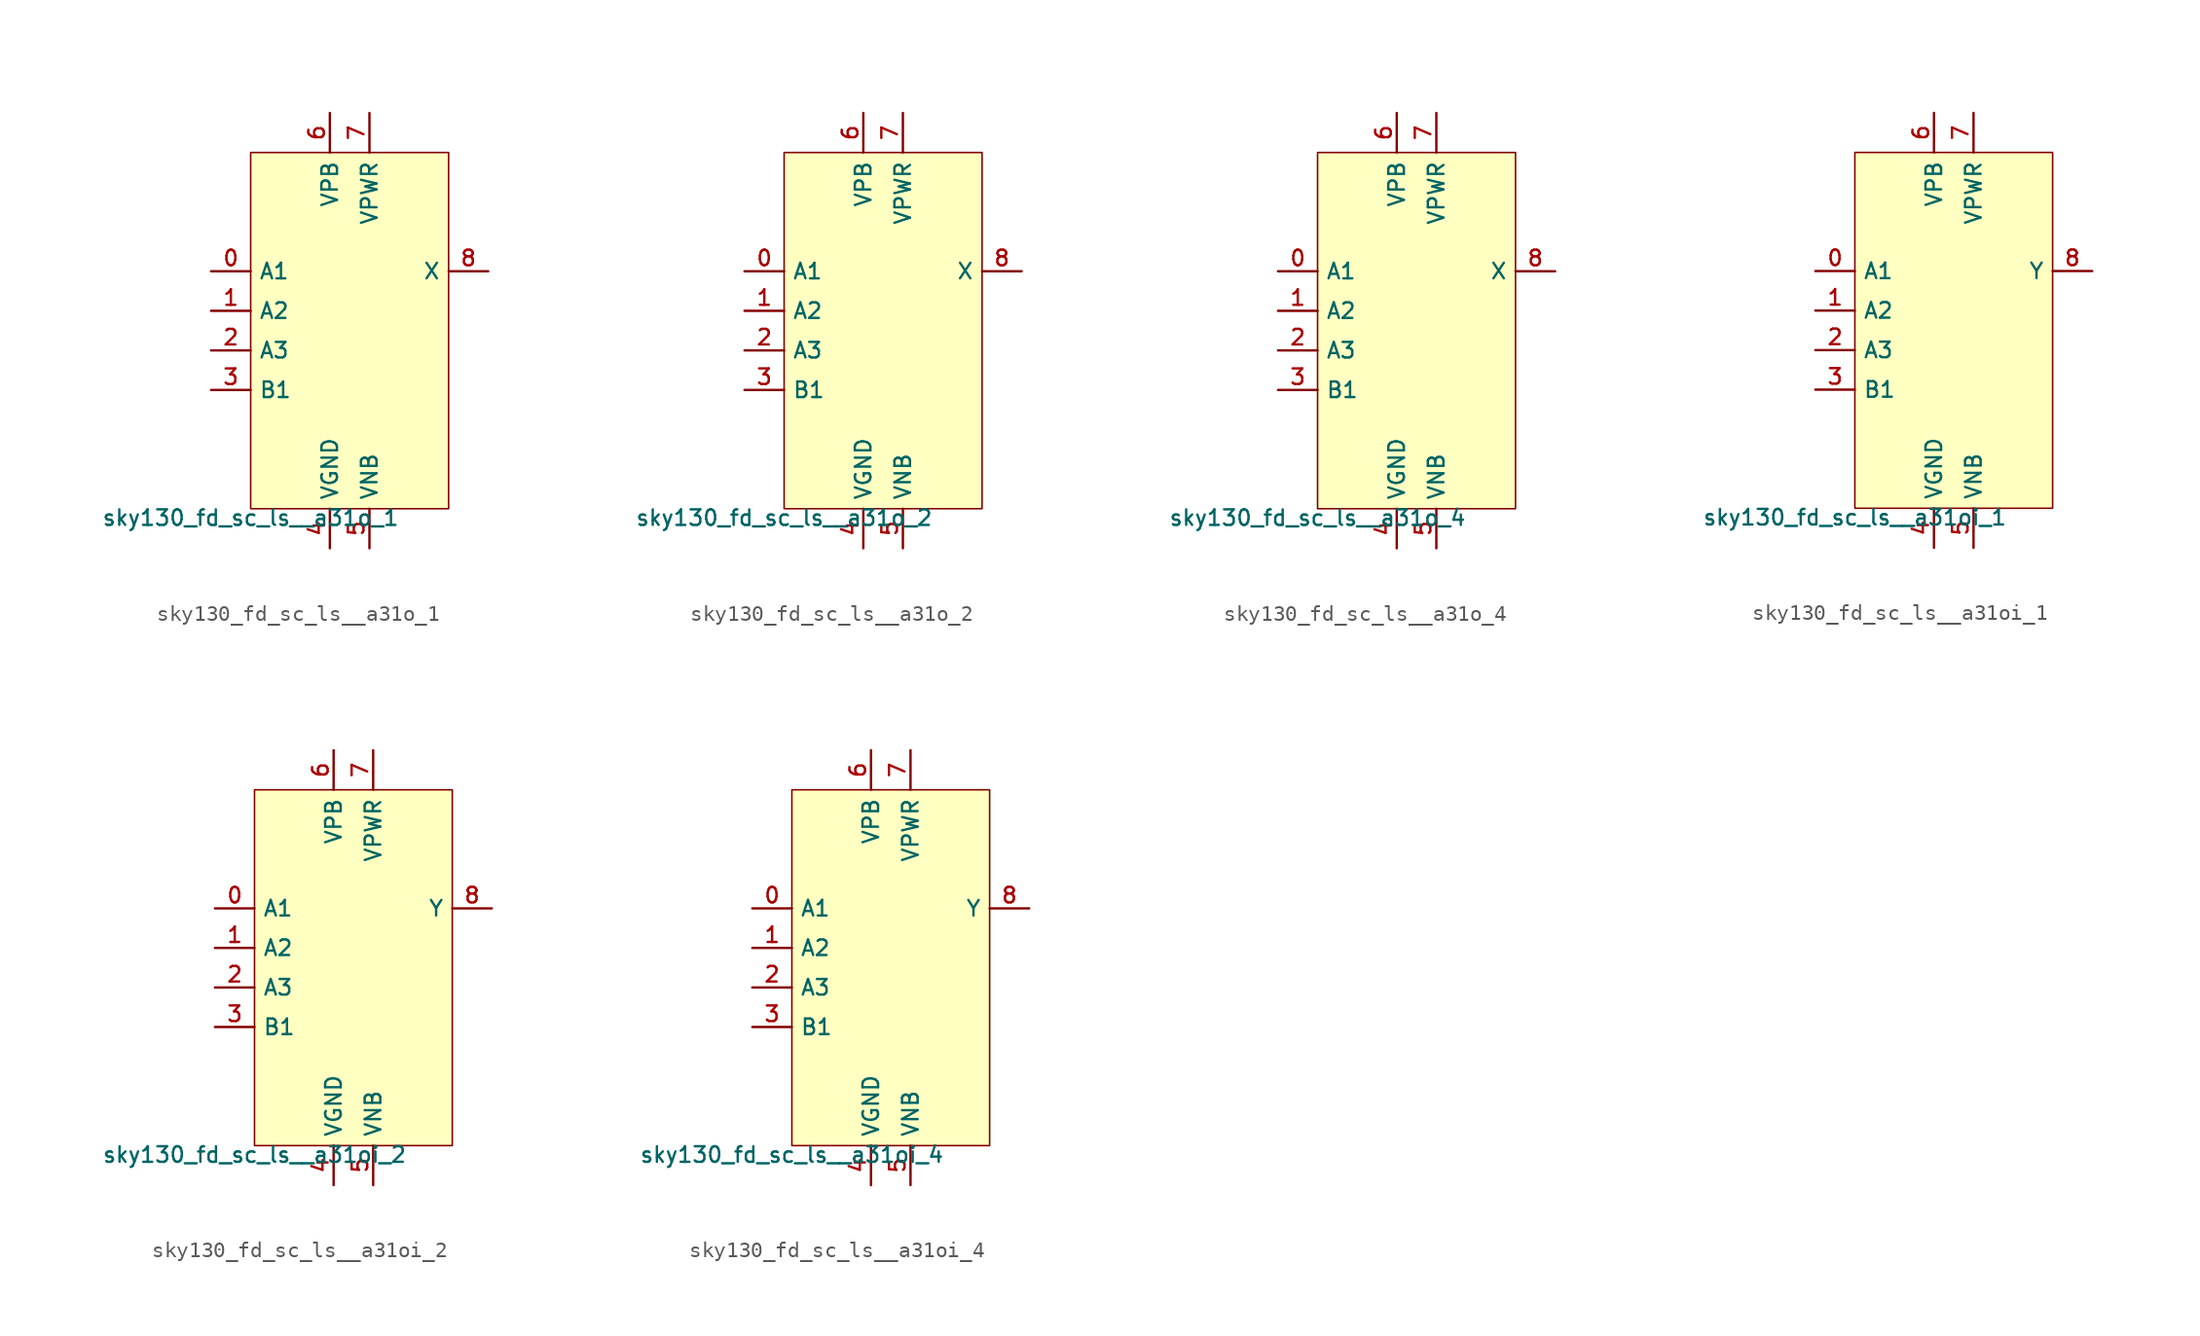
<source format=kicad_sym>
(kicad_symbol_lib
  (version 20211014)
  (generator lef2kicad_sym)
  (symbol "sky130_fd_sc_ls__a31o_1"
    (property "Reference" "X"
      (at 0 0 0)
      (effects (font (size 1 1)) hide))
    (property "Value" "sky130_fd_sc_ls__a31o_1"
      (at -6.35 -11.43 0)
      (effects (font (size 1 1)) (justify top)))
    (rectangle
      (start -6.35 -11.43)
      (end 6.35 11.43)
      (stroke (width 0.1) (type solid) (color 0 0 0 0))
      (fill (type background)))
    (pin input line
      (at -8.89 3.81 0)
      (length 2.54)
      (name "A1" (effects (font (size 1 1)) hide))
      (number "0" (effects (font (size 1 1)) hide)))
    (pin input line
      (at -8.89 1.27 0)
      (length 2.54)
      (name "A2" (effects (font (size 1 1)) hide))
      (number "1" (effects (font (size 1 1)) hide)))
    (pin input line
      (at -8.89 -1.27 0)
      (length 2.54)
      (name "A3" (effects (font (size 1 1)) hide))
      (number "2" (effects (font (size 1 1)) hide)))
    (pin input line
      (at -8.89 -3.81 0)
      (length 2.54)
      (name "B1" (effects (font (size 1 1)) hide))
      (number "3" (effects (font (size 1 1)) hide)))
    (pin power_in line
      (at -1.27 -13.97 90)
      (length 2.54)
      (name "VGND" (effects (font (size 1 1)) hide))
      (number "4" (effects (font (size 1 1)) hide)))
    (pin power_in line
      (at 1.27 -13.97 90)
      (length 2.54)
      (name "VNB" (effects (font (size 1 1)) hide))
      (number "5" (effects (font (size 1 1)) hide)))
    (pin power_in line
      (at -1.27 13.97 270)
      (length 2.54)
      (name "VPB" (effects (font (size 1 1)) hide))
      (number "6" (effects (font (size 1 1)) hide)))
    (pin power_in line
      (at 1.27 13.97 270)
      (length 2.54)
      (name "VPWR" (effects (font (size 1 1)) hide))
      (number "7" (effects (font (size 1 1)) hide)))
    (pin output line
      (at 8.89 3.81 180)
      (length 2.54)
      (name "X" (effects (font (size 1 1)) hide))
      (number "8" (effects (font (size 1 1)) hide))))
  (symbol "sky130_fd_sc_ls__a31o_2"
    (property "Reference" "X"
      (at 0 0 0)
      (effects (font (size 1 1)) hide))
    (property "Value" "sky130_fd_sc_ls__a31o_2"
      (at -6.35 -11.43 0)
      (effects (font (size 1 1)) (justify top)))
    (rectangle
      (start -6.35 -11.43)
      (end 6.35 11.43)
      (stroke (width 0.1) (type solid) (color 0 0 0 0))
      (fill (type background)))
    (pin input line
      (at -8.89 3.81 0)
      (length 2.54)
      (name "A1" (effects (font (size 1 1)) hide))
      (number "0" (effects (font (size 1 1)) hide)))
    (pin input line
      (at -8.89 1.27 0)
      (length 2.54)
      (name "A2" (effects (font (size 1 1)) hide))
      (number "1" (effects (font (size 1 1)) hide)))
    (pin input line
      (at -8.89 -1.27 0)
      (length 2.54)
      (name "A3" (effects (font (size 1 1)) hide))
      (number "2" (effects (font (size 1 1)) hide)))
    (pin input line
      (at -8.89 -3.81 0)
      (length 2.54)
      (name "B1" (effects (font (size 1 1)) hide))
      (number "3" (effects (font (size 1 1)) hide)))
    (pin power_in line
      (at -1.27 -13.97 90)
      (length 2.54)
      (name "VGND" (effects (font (size 1 1)) hide))
      (number "4" (effects (font (size 1 1)) hide)))
    (pin power_in line
      (at 1.27 -13.97 90)
      (length 2.54)
      (name "VNB" (effects (font (size 1 1)) hide))
      (number "5" (effects (font (size 1 1)) hide)))
    (pin power_in line
      (at -1.27 13.97 270)
      (length 2.54)
      (name "VPB" (effects (font (size 1 1)) hide))
      (number "6" (effects (font (size 1 1)) hide)))
    (pin power_in line
      (at 1.27 13.97 270)
      (length 2.54)
      (name "VPWR" (effects (font (size 1 1)) hide))
      (number "7" (effects (font (size 1 1)) hide)))
    (pin output line
      (at 8.89 3.81 180)
      (length 2.54)
      (name "X" (effects (font (size 1 1)) hide))
      (number "8" (effects (font (size 1 1)) hide))))
  (symbol "sky130_fd_sc_ls__a31o_4"
    (property "Reference" "X"
      (at 0 0 0)
      (effects (font (size 1 1)) hide))
    (property "Value" "sky130_fd_sc_ls__a31o_4"
      (at -6.35 -11.43 0)
      (effects (font (size 1 1)) (justify top)))
    (rectangle
      (start -6.35 -11.43)
      (end 6.35 11.43)
      (stroke (width 0.1) (type solid) (color 0 0 0 0))
      (fill (type background)))
    (pin input line
      (at -8.89 3.81 0)
      (length 2.54)
      (name "A1" (effects (font (size 1 1)) hide))
      (number "0" (effects (font (size 1 1)) hide)))
    (pin input line
      (at -8.89 1.27 0)
      (length 2.54)
      (name "A2" (effects (font (size 1 1)) hide))
      (number "1" (effects (font (size 1 1)) hide)))
    (pin input line
      (at -8.89 -1.27 0)
      (length 2.54)
      (name "A3" (effects (font (size 1 1)) hide))
      (number "2" (effects (font (size 1 1)) hide)))
    (pin input line
      (at -8.89 -3.81 0)
      (length 2.54)
      (name "B1" (effects (font (size 1 1)) hide))
      (number "3" (effects (font (size 1 1)) hide)))
    (pin power_in line
      (at -1.27 -13.97 90)
      (length 2.54)
      (name "VGND" (effects (font (size 1 1)) hide))
      (number "4" (effects (font (size 1 1)) hide)))
    (pin power_in line
      (at 1.27 -13.97 90)
      (length 2.54)
      (name "VNB" (effects (font (size 1 1)) hide))
      (number "5" (effects (font (size 1 1)) hide)))
    (pin power_in line
      (at -1.27 13.97 270)
      (length 2.54)
      (name "VPB" (effects (font (size 1 1)) hide))
      (number "6" (effects (font (size 1 1)) hide)))
    (pin power_in line
      (at 1.27 13.97 270)
      (length 2.54)
      (name "VPWR" (effects (font (size 1 1)) hide))
      (number "7" (effects (font (size 1 1)) hide)))
    (pin output line
      (at 8.89 3.81 180)
      (length 2.54)
      (name "X" (effects (font (size 1 1)) hide))
      (number "8" (effects (font (size 1 1)) hide))))
  (symbol "sky130_fd_sc_ls__a31oi_1"
    (property "Reference" "X"
      (at 0 0 0)
      (effects (font (size 1 1)) hide))
    (property "Value" "sky130_fd_sc_ls__a31oi_1"
      (at -6.35 -11.43 0)
      (effects (font (size 1 1)) (justify top)))
    (rectangle
      (start -6.35 -11.43)
      (end 6.35 11.43)
      (stroke (width 0.1) (type solid) (color 0 0 0 0))
      (fill (type background)))
    (pin input line
      (at -8.89 3.81 0)
      (length 2.54)
      (name "A1" (effects (font (size 1 1)) hide))
      (number "0" (effects (font (size 1 1)) hide)))
    (pin input line
      (at -8.89 1.27 0)
      (length 2.54)
      (name "A2" (effects (font (size 1 1)) hide))
      (number "1" (effects (font (size 1 1)) hide)))
    (pin input line
      (at -8.89 -1.27 0)
      (length 2.54)
      (name "A3" (effects (font (size 1 1)) hide))
      (number "2" (effects (font (size 1 1)) hide)))
    (pin input line
      (at -8.89 -3.81 0)
      (length 2.54)
      (name "B1" (effects (font (size 1 1)) hide))
      (number "3" (effects (font (size 1 1)) hide)))
    (pin power_in line
      (at -1.27 -13.97 90)
      (length 2.54)
      (name "VGND" (effects (font (size 1 1)) hide))
      (number "4" (effects (font (size 1 1)) hide)))
    (pin power_in line
      (at 1.27 -13.97 90)
      (length 2.54)
      (name "VNB" (effects (font (size 1 1)) hide))
      (number "5" (effects (font (size 1 1)) hide)))
    (pin power_in line
      (at -1.27 13.97 270)
      (length 2.54)
      (name "VPB" (effects (font (size 1 1)) hide))
      (number "6" (effects (font (size 1 1)) hide)))
    (pin power_in line
      (at 1.27 13.97 270)
      (length 2.54)
      (name "VPWR" (effects (font (size 1 1)) hide))
      (number "7" (effects (font (size 1 1)) hide)))
    (pin output line
      (at 8.89 3.81 180)
      (length 2.54)
      (name "Y" (effects (font (size 1 1)) hide))
      (number "8" (effects (font (size 1 1)) hide))))
  (symbol "sky130_fd_sc_ls__a31oi_2"
    (property "Reference" "X"
      (at 0 0 0)
      (effects (font (size 1 1)) hide))
    (property "Value" "sky130_fd_sc_ls__a31oi_2"
      (at -6.35 -11.43 0)
      (effects (font (size 1 1)) (justify top)))
    (rectangle
      (start -6.35 -11.43)
      (end 6.35 11.43)
      (stroke (width 0.1) (type solid) (color 0 0 0 0))
      (fill (type background)))
    (pin input line
      (at -8.89 3.81 0)
      (length 2.54)
      (name "A1" (effects (font (size 1 1)) hide))
      (number "0" (effects (font (size 1 1)) hide)))
    (pin input line
      (at -8.89 1.27 0)
      (length 2.54)
      (name "A2" (effects (font (size 1 1)) hide))
      (number "1" (effects (font (size 1 1)) hide)))
    (pin input line
      (at -8.89 -1.27 0)
      (length 2.54)
      (name "A3" (effects (font (size 1 1)) hide))
      (number "2" (effects (font (size 1 1)) hide)))
    (pin input line
      (at -8.89 -3.81 0)
      (length 2.54)
      (name "B1" (effects (font (size 1 1)) hide))
      (number "3" (effects (font (size 1 1)) hide)))
    (pin power_in line
      (at -1.27 -13.97 90)
      (length 2.54)
      (name "VGND" (effects (font (size 1 1)) hide))
      (number "4" (effects (font (size 1 1)) hide)))
    (pin power_in line
      (at 1.27 -13.97 90)
      (length 2.54)
      (name "VNB" (effects (font (size 1 1)) hide))
      (number "5" (effects (font (size 1 1)) hide)))
    (pin power_in line
      (at -1.27 13.97 270)
      (length 2.54)
      (name "VPB" (effects (font (size 1 1)) hide))
      (number "6" (effects (font (size 1 1)) hide)))
    (pin power_in line
      (at 1.27 13.97 270)
      (length 2.54)
      (name "VPWR" (effects (font (size 1 1)) hide))
      (number "7" (effects (font (size 1 1)) hide)))
    (pin output line
      (at 8.89 3.81 180)
      (length 2.54)
      (name "Y" (effects (font (size 1 1)) hide))
      (number "8" (effects (font (size 1 1)) hide))))
  (symbol "sky130_fd_sc_ls__a31oi_4"
    (property "Reference" "X"
      (at 0 0 0)
      (effects (font (size 1 1)) hide))
    (property "Value" "sky130_fd_sc_ls__a31oi_4"
      (at -6.35 -11.43 0)
      (effects (font (size 1 1)) (justify top)))
    (rectangle
      (start -6.35 -11.43)
      (end 6.35 11.43)
      (stroke (width 0.1) (type solid) (color 0 0 0 0))
      (fill (type background)))
    (pin input line
      (at -8.89 3.81 0)
      (length 2.54)
      (name "A1" (effects (font (size 1 1)) hide))
      (number "0" (effects (font (size 1 1)) hide)))
    (pin input line
      (at -8.89 1.27 0)
      (length 2.54)
      (name "A2" (effects (font (size 1 1)) hide))
      (number "1" (effects (font (size 1 1)) hide)))
    (pin input line
      (at -8.89 -1.27 0)
      (length 2.54)
      (name "A3" (effects (font (size 1 1)) hide))
      (number "2" (effects (font (size 1 1)) hide)))
    (pin input line
      (at -8.89 -3.81 0)
      (length 2.54)
      (name "B1" (effects (font (size 1 1)) hide))
      (number "3" (effects (font (size 1 1)) hide)))
    (pin power_in line
      (at -1.27 -13.97 90)
      (length 2.54)
      (name "VGND" (effects (font (size 1 1)) hide))
      (number "4" (effects (font (size 1 1)) hide)))
    (pin power_in line
      (at 1.27 -13.97 90)
      (length 2.54)
      (name "VNB" (effects (font (size 1 1)) hide))
      (number "5" (effects (font (size 1 1)) hide)))
    (pin power_in line
      (at -1.27 13.97 270)
      (length 2.54)
      (name "VPB" (effects (font (size 1 1)) hide))
      (number "6" (effects (font (size 1 1)) hide)))
    (pin power_in line
      (at 1.27 13.97 270)
      (length 2.54)
      (name "VPWR" (effects (font (size 1 1)) hide))
      (number "7" (effects (font (size 1 1)) hide)))
    (pin output line
      (at 8.89 3.81 180)
      (length 2.54)
      (name "Y" (effects (font (size 1 1)) hide))
      (number "8" (effects (font (size 1 1)) hide)))))
</source>
